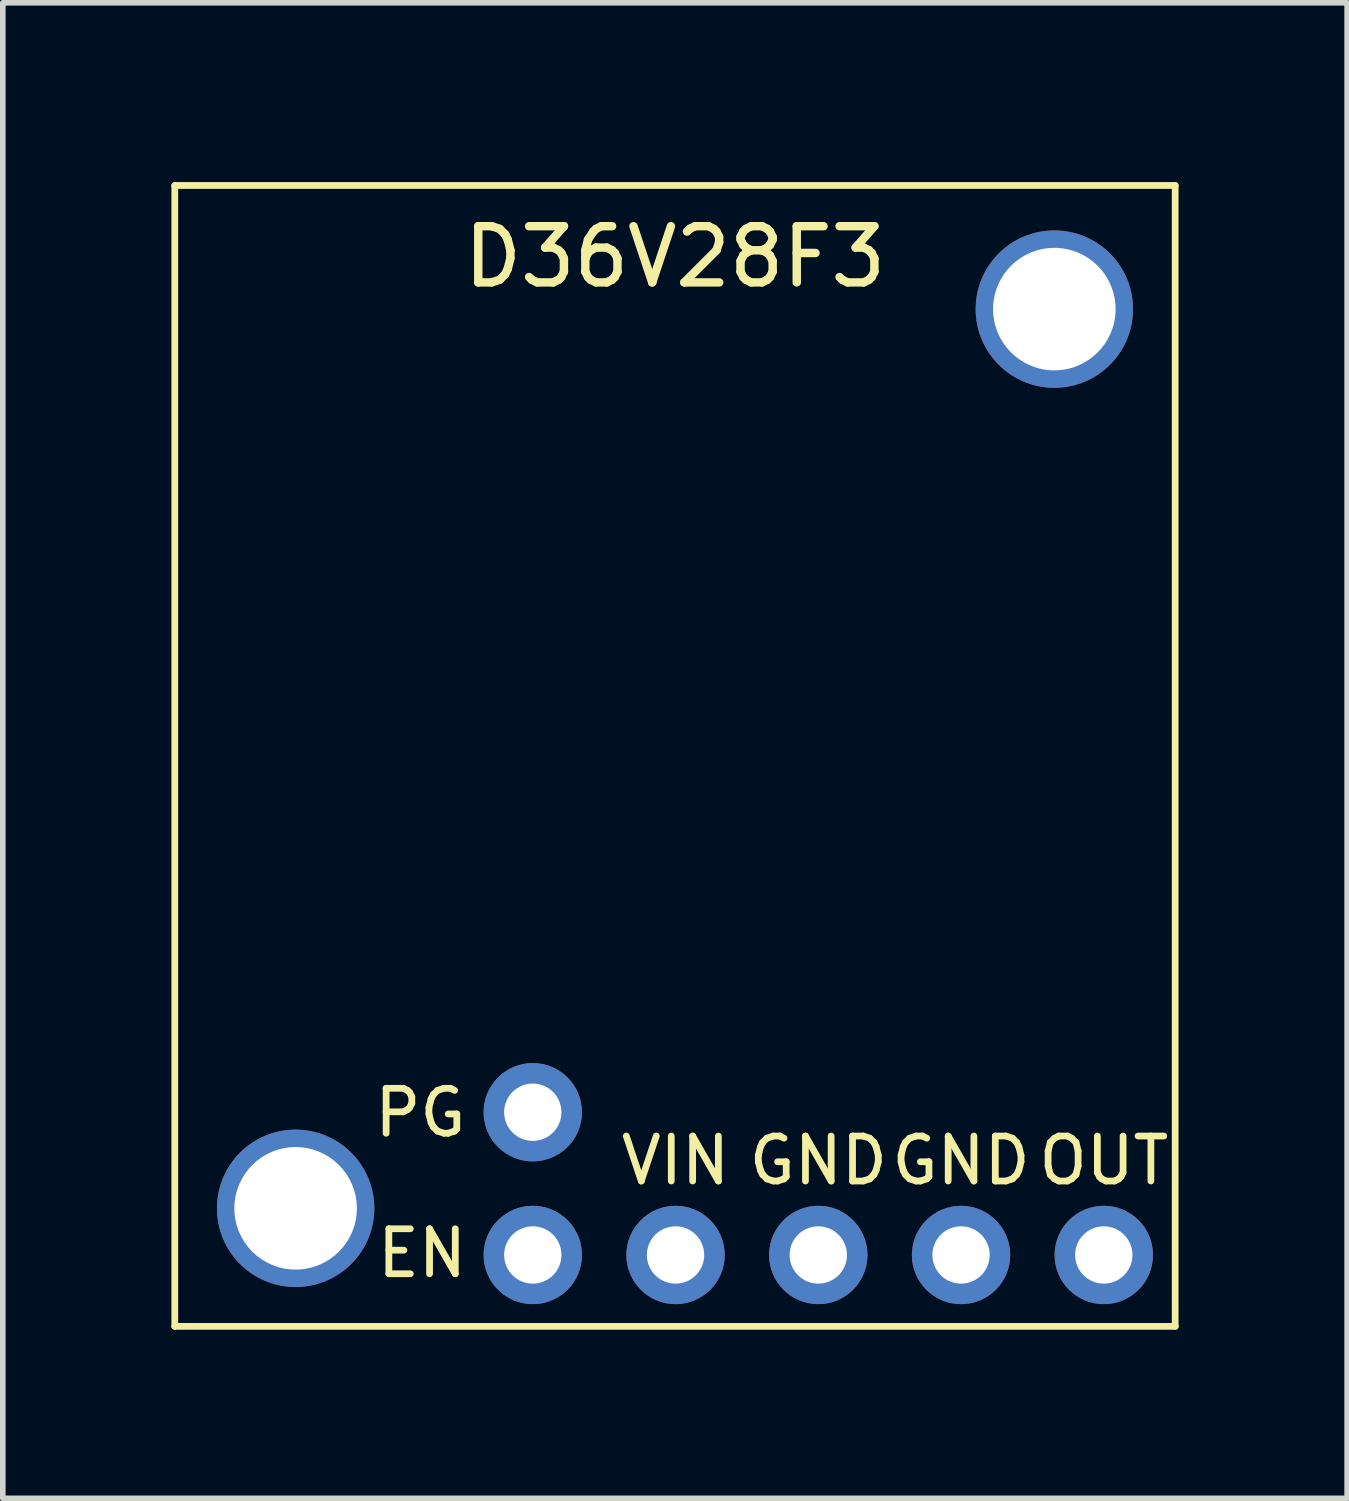
<source format=kicad_pcb>
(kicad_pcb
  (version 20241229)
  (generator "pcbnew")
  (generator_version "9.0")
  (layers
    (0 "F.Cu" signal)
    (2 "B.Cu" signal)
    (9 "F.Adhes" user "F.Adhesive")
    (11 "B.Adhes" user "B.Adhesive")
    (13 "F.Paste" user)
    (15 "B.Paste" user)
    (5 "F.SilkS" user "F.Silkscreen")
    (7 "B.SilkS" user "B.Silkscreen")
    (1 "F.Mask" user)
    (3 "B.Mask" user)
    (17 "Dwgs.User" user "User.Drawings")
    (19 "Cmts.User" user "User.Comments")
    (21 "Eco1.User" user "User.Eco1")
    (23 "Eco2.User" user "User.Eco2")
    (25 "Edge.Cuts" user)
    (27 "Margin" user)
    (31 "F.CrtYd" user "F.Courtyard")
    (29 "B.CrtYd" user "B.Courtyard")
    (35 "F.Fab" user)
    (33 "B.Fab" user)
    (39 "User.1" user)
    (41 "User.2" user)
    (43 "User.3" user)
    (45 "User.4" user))
  (footprint "D36V28F3"
    (layer "F.Cu")
    (at 8.96 0.25)
    (property "Reference" "D36V28F3" (at 0 1.27 0) (layer "F.SilkS") (effects (font (size 1 1) (thickness 0.15))))
    (attr through_hole)
    (fp_line (start -8.9 0) (end -8.9 20.3) (stroke (width 0.12) (type solid)) (layer "F.SilkS"))
    (fp_line (start -8.9 0) (end 8.9 0) (stroke (width 0.12) (type solid)) (layer "F.SilkS"))
    (fp_line (start -8.9 20.3) (end 8.9 20.3) (stroke (width 0.12) (type solid)) (layer "F.SilkS"))
    (fp_line (start 8.9 0) (end 8.9 20.3) (stroke (width 0.12) (type solid)) (layer "F.SilkS"))
    (fp_text user "PG" (at -4.53 16.5 0) (layer "F.SilkS") (effects (font (size 0.8 0.8) (thickness 0.12))))
    (fp_text user "OUT" (at 7.63 17.35 0) (layer "F.SilkS") (effects (font (size 0.8 0.8) (thickness 0.12))))
    (fp_text user "GND" (at 2.55 17.35 0) (layer "F.SilkS") (effects (font (size 0.8 0.8) (thickness 0.12))))
    (fp_text user "VIN" (at 0.01 17.35 0) (layer "F.SilkS") (effects (font (size 0.8 0.8) (thickness 0.12))))
    (fp_text user "EN" (at -4.5 19 0) (layer "F.SilkS") (effects (font (size 0.8 0.8) (thickness 0.12))))
    (fp_text user "GND" (at 5.09 17.35 0) (layer "F.SilkS") (effects (font (size 0.8 0.8) (thickness 0.12))))
    (pad "" np_thru_hole circle (at -6.75 18.2) (size 2.8 2.8) (drill 2.18) (layers "*.Cu" "*.Mask"))
    (pad "" np_thru_hole circle (at 6.75 2.2) (size 2.8 2.8) (drill 2.18) (layers "*.Cu" "*.Mask"))
    (pad "1" thru_hole circle (at -2.53 19.03) (size 1.75 1.75) (drill 1.02) (layers "*.Cu" "*.Mask"))
    (pad "2" thru_hole circle (at 0.01 19.03) (size 1.75 1.75) (drill 1.02) (layers "*.Cu" "*.Mask"))
    (pad "3" thru_hole circle (at 2.55 19.03) (size 1.75 1.75) (drill 1.02) (layers "*.Cu" "*.Mask"))
    (pad "4" thru_hole circle (at 5.09 19.03) (size 1.75 1.75) (drill 1.02) (layers "*.Cu" "*.Mask"))
    (pad "5" thru_hole circle (at 7.63 19.03) (size 1.75 1.75) (drill 1.02) (layers "*.Cu" "*.Mask"))
    (pad "6" thru_hole circle (at -2.53 16.49) (size 1.75 1.75) (drill 1.02) (layers "*.Cu" "*.Mask")))
  (gr_rect
    (start -3 -3)
    (end 20.92 23.61)
    (stroke (width 0.1) (type default))
    (fill no)
    (layer "Edge.Cuts")))
</source>
